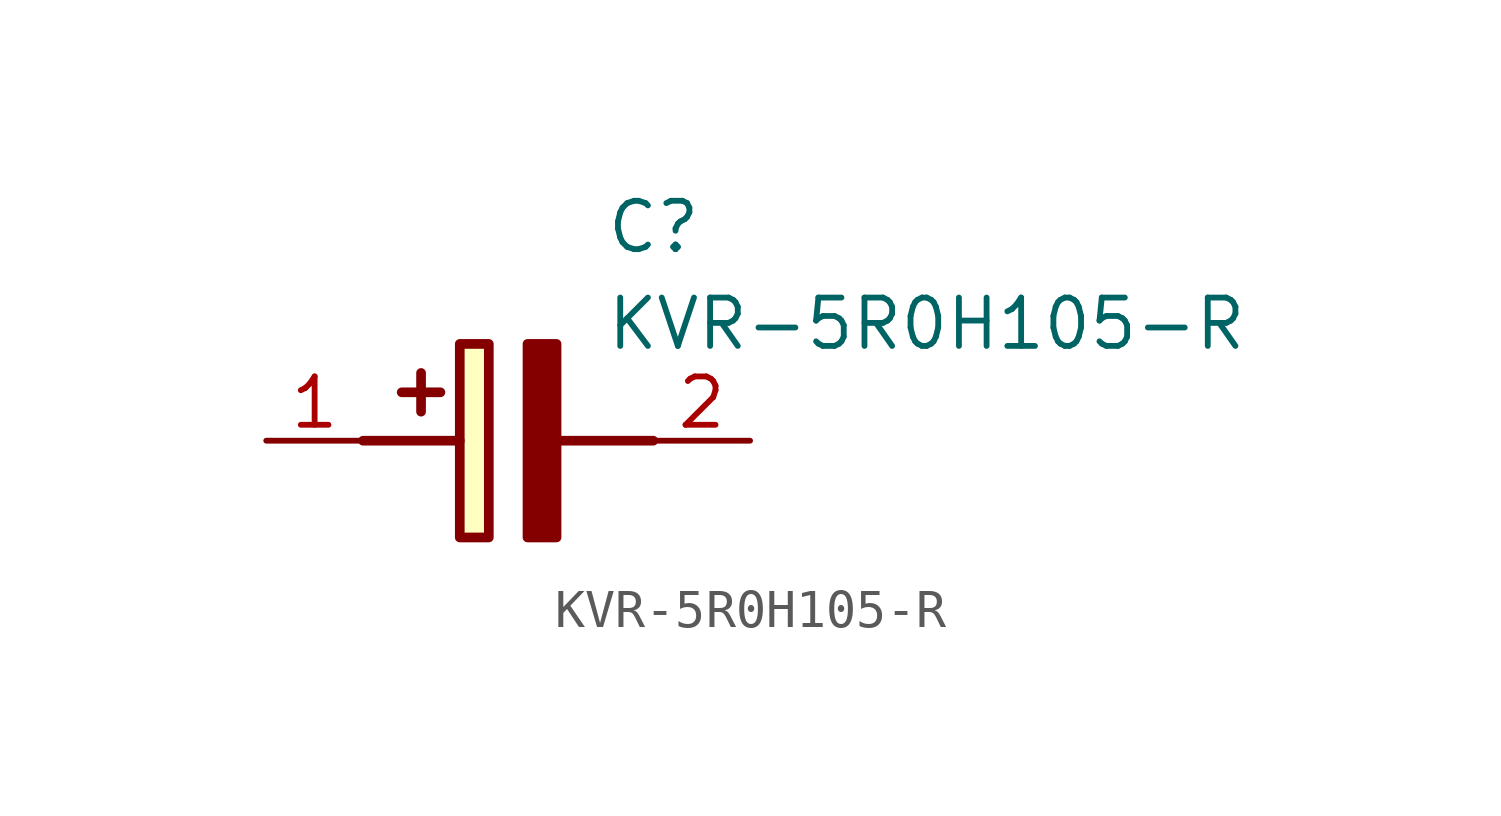
<source format=kicad_sym>
(kicad_symbol_lib
  (version 20211014)
  (generator SamacSys_ECAD_Model)
  (symbol "KVR-5R0H105-R"
    (pin_names hide)
    (property "Reference" "C"
      (at 8.89 6.35 0)
      (effects (font (size 1.27 1.27)) (justify left top)))
    (property "Value" "KVR-5R0H105-R"
      (at 8.89 3.81 0)
      (effects (font (size 1.27 1.27)) (justify left top)))
    (rectangle
      (start 5.08 2.54)
      (end 5.842 -2.54)
      (stroke (width 0.254) (type default))
      (fill (type background)))
    (polyline
      (pts (xy 4.572 1.27) (xy 3.556 1.27))
      (stroke (width 0.254) (type default))
      (fill (type none)))
    (polyline
      (pts (xy 4.064 1.778) (xy 4.064 0.762))
      (stroke (width 0.254) (type default))
      (fill (type none)))
    (polyline
      (pts (xy 2.54 0) (xy 5.08 0))
      (stroke (width 0.254) (type default))
      (fill (type none)))
    (polyline
      (pts (xy 7.62 0) (xy 10.16 0))
      (stroke (width 0.254) (type default))
      (fill (type none)))
    (polyline
      (pts (xy 7.62 2.54) (xy 7.62 -2.54) (xy 6.858 -2.54) (xy 6.858 2.54) (xy 7.62 2.54))
      (stroke (width 0.254) (type default))
      (fill (type outline)))
    (pin passive line
      (at 0 0 0)
      (length 2.54)
      (name "+" (effects (font (size 1.27 1.27))))
      (number "1" (effects (font (size 1.27 1.27)))))
    (pin passive line
      (at 12.7 0 180)
      (length 2.54)
      (name "-" (effects (font (size 1.27 1.27))))
      (number "2" (effects (font (size 1.27 1.27)))))))
</source>
